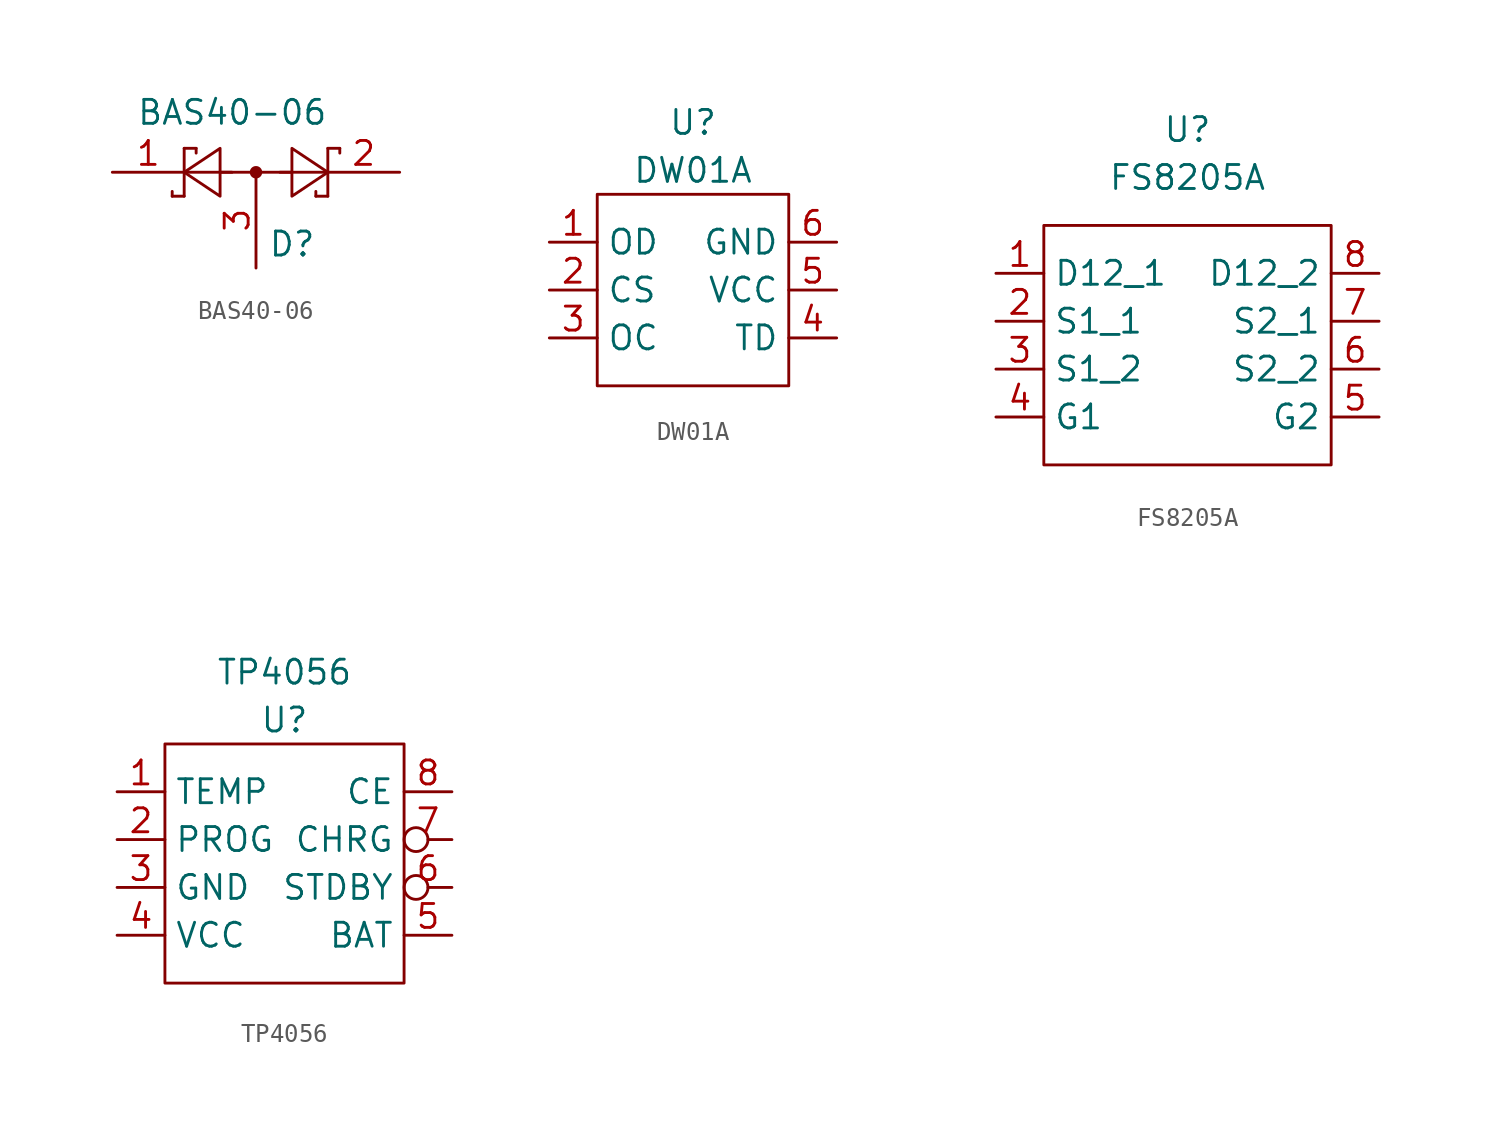
<source format=kicad_sym>
(kicad_symbol_lib
  (version 20211014)
  (generator kicad_symbol_editor)
  (symbol "BAS40-06"
    (pin_names
      (offset 1.016))
    (property "Reference" "D"
      (at 0.635 -1.27 0)
      (effects (font (size 1.27 1.27)) (justify left)))
    (property "Value" "BAS40-06"
      (at -6.35 5.715 0)
      (effects (font (size 1.27 1.27)) (justify left)))
    (symbol "BAS40-06_0_1"
      (polyline (pts (xy -4.445 1.27) (xy -4.445 1.524)) (stroke (width 0) (type default) (color 0 0 0 0)) (fill (type none)))
      (polyline (pts (xy -3.81 1.27) (xy -4.445 1.27)) (stroke (width 0) (type default) (color 0 0 0 0)) (fill (type none)))
      (polyline (pts (xy -3.81 1.27) (xy -3.81 3.81)) (stroke (width 0) (type default) (color 0 0 0 0)) (fill (type none)))
      (polyline (pts (xy -3.81 2.54) (xy -1.27 2.54)) (stroke (width 0) (type default) (color 0 0 0 0)) (fill (type none)))
      (polyline (pts (xy -3.81 3.81) (xy -3.175 3.81)) (stroke (width 0) (type default) (color 0 0 0 0)) (fill (type none)))
      (polyline (pts (xy -3.175 3.81) (xy -3.175 3.556)) (stroke (width 0) (type default) (color 0 0 0 0)) (fill (type none)))
      (polyline (pts (xy -1.905 2.54) (xy 1.905 2.54)) (stroke (width 0) (type default) (color 0 0 0 0)) (fill (type none)))
      (polyline (pts (xy 1.27 2.54) (xy 3.81 2.54)) (stroke (width 0) (type default) (color 0 0 0 0)) (fill (type none)))
      (polyline (pts (xy 3.175 1.27) (xy 3.175 1.524)) (stroke (width 0) (type default) (color 0 0 0 0)) (fill (type none)))
      (polyline (pts (xy 3.81 1.27) (xy 3.175 1.27)) (stroke (width 0) (type default) (color 0 0 0 0)) (fill (type none)))
      (polyline (pts (xy 3.81 1.27) (xy 3.81 3.81)) (stroke (width 0) (type default) (color 0 0 0 0)) (fill (type none)))
      (polyline (pts (xy 3.81 3.81) (xy 4.445 3.81)) (stroke (width 0) (type default) (color 0 0 0 0)) (fill (type none)))
      (polyline (pts (xy 4.445 3.81) (xy 4.445 3.556)) (stroke (width 0) (type default) (color 0 0 0 0)) (fill (type none)))
      (polyline (pts (xy -1.905 1.27) (xy -1.905 3.81) (xy -3.81 2.54) (xy -1.905 1.27)) (stroke (width 0) (type default) (color 0 0 0 0)) (fill (type none)))
      (polyline (pts (xy 1.905 3.81) (xy 1.905 1.27) (xy 3.81 2.54) (xy 1.905 3.81)) (stroke (width 0) (type default) (color 0 0 0 0)) (fill (type none)))
      (circle (center 0 2.54) (radius 0.254) (stroke (width 0) (type default) (color 0 0 0 0)) (fill (type outline))))
    (symbol "BAS40-06_1_1"
      (pin passive line (at -7.62 2.54 0) (length 3.81) (name "~" (effects (font (size 1.27 1.27)))) (number "1" (effects (font (size 1.27 1.27)))))
      (pin passive line (at 7.62 2.54 180) (length 3.81) (name "~" (effects (font (size 1.27 1.27)))) (number "2" (effects (font (size 1.27 1.27)))))
      (pin passive line (at 0 -2.54 90) (length 5.08) (name "~" (effects (font (size 1.27 1.27)))) (number "3" (effects (font (size 1.27 1.27)))))))
  (symbol "DW01A"
    (property "Reference" "U"
      (at 0 2.54 0)
      (effects (font (size 1.27 1.27))))
    (property "Value" "DW01A"
      (at 0 0 0)
      (effects (font (size 1.27 1.27))))
    (symbol "DW01A_0_1"
      (rectangle (start -5.08 -1.27) (end 5.08 -11.43) (stroke (width 0) (type default) (color 0 0 0 0)) (fill (type none))))
    (symbol "DW01A_1_1"
      (pin output line (at -7.62 -3.81 0) (length 2.54) (name "OD" (effects (font (size 1.27 1.27)))) (number "1" (effects (font (size 1.27 1.27)))))
      (pin input line (at -7.62 -6.35 0) (length 2.54) (name "CS" (effects (font (size 1.27 1.27)))) (number "2" (effects (font (size 1.27 1.27)))))
      (pin output line (at -7.62 -8.89 0) (length 2.54) (name "OC" (effects (font (size 1.27 1.27)))) (number "3" (effects (font (size 1.27 1.27)))))
      (pin input line (at 7.62 -8.89 180) (length 2.54) (name "TD" (effects (font (size 1.27 1.27)))) (number "4" (effects (font (size 1.27 1.27)))))
      (pin power_in line (at 7.62 -6.35 180) (length 2.54) (name "VCC" (effects (font (size 1.27 1.27)))) (number "5" (effects (font (size 1.27 1.27)))))
      (pin power_in line (at 7.62 -3.81 180) (length 2.54) (name "GND" (effects (font (size 1.27 1.27)))) (number "6" (effects (font (size 1.27 1.27)))))))
  (symbol "FS8205A"
    (property "Reference" "U"
      (at 0 0 0)
      (effects (font (size 1.27 1.27))))
    (property "Value" "FS8205A"
      (at 0 -2.54 0)
      (effects (font (size 1.27 1.27))))
    (symbol "FS8205A_0_1"
      (rectangle (start -7.62 -5.08) (end 7.62 -17.78) (stroke (width 0) (type default) (color 0 0 0 0)) (fill (type none))))
    (symbol "FS8205A_1_1"
      (pin bidirectional line (at -10.16 -7.62 0) (length 2.54) (name "D12_1" (effects (font (size 1.27 1.27)))) (number "1" (effects (font (size 1.27 1.27)))))
      (pin bidirectional line (at -10.16 -10.16 0) (length 2.54) (name "S1_1" (effects (font (size 1.27 1.27)))) (number "2" (effects (font (size 1.27 1.27)))))
      (pin bidirectional line (at -10.16 -12.7 0) (length 2.54) (name "S1_2" (effects (font (size 1.27 1.27)))) (number "3" (effects (font (size 1.27 1.27)))))
      (pin input line (at -10.16 -15.24 0) (length 2.54) (name "G1" (effects (font (size 1.27 1.27)))) (number "4" (effects (font (size 1.27 1.27)))))
      (pin input line (at 10.16 -15.24 180) (length 2.54) (name "G2" (effects (font (size 1.27 1.27)))) (number "5" (effects (font (size 1.27 1.27)))))
      (pin bidirectional line (at 10.16 -12.7 180) (length 2.54) (name "S2_2" (effects (font (size 1.27 1.27)))) (number "6" (effects (font (size 1.27 1.27)))))
      (pin bidirectional line (at 10.16 -10.16 180) (length 2.54) (name "S2_1" (effects (font (size 1.27 1.27)))) (number "7" (effects (font (size 1.27 1.27)))))
      (pin bidirectional line (at 10.16 -7.62 180) (length 2.54) (name "D12_2" (effects (font (size 1.27 1.27)))) (number "8" (effects (font (size 1.27 1.27)))))))
  (symbol "TP4056"
    (property "Reference" "U"
      (at 0 0 0)
      (effects (font (size 1.27 1.27))))
    (property "Value" "TP4056"
      (at 0 2.54 0)
      (effects (font (size 1.27 1.27))))
    (symbol "TP4056_0_1"
      (rectangle (start -6.35 -1.27) (end 6.35 -13.97) (stroke (width 0) (type default) (color 0 0 0 0)) (fill (type none))))
    (symbol "TP4056_1_1"
      (pin input line (at -8.89 -3.81 0) (length 2.54) (name "TEMP" (effects (font (size 1.27 1.27)))) (number "1" (effects (font (size 1.27 1.27)))))
      (pin input line (at -8.89 -6.35 0) (length 2.54) (name "PROG" (effects (font (size 1.27 1.27)))) (number "2" (effects (font (size 1.27 1.27)))))
      (pin power_in line (at -8.89 -8.89 0) (length 2.54) (name "GND" (effects (font (size 1.27 1.27)))) (number "3" (effects (font (size 1.27 1.27)))))
      (pin power_in line (at -8.89 -11.43 0) (length 2.54) (name "VCC" (effects (font (size 1.27 1.27)))) (number "4" (effects (font (size 1.27 1.27)))))
      (pin output line (at 8.89 -11.43 180) (length 2.54) (name "BAT" (effects (font (size 1.27 1.27)))) (number "5" (effects (font (size 1.27 1.27)))))
      (pin output inverted (at 8.89 -8.89 180) (length 2.54) (name "STDBY" (effects (font (size 1.27 1.27)))) (number "6" (effects (font (size 1.27 1.27)))))
      (pin output inverted (at 8.89 -6.35 180) (length 2.54) (name "CHRG" (effects (font (size 1.27 1.27)))) (number "7" (effects (font (size 1.27 1.27)))))
      (pin input line (at 8.89 -3.81 180) (length 2.54) (name "CE" (effects (font (size 1.27 1.27)))) (number "8" (effects (font (size 1.27 1.27))))))))
</source>
